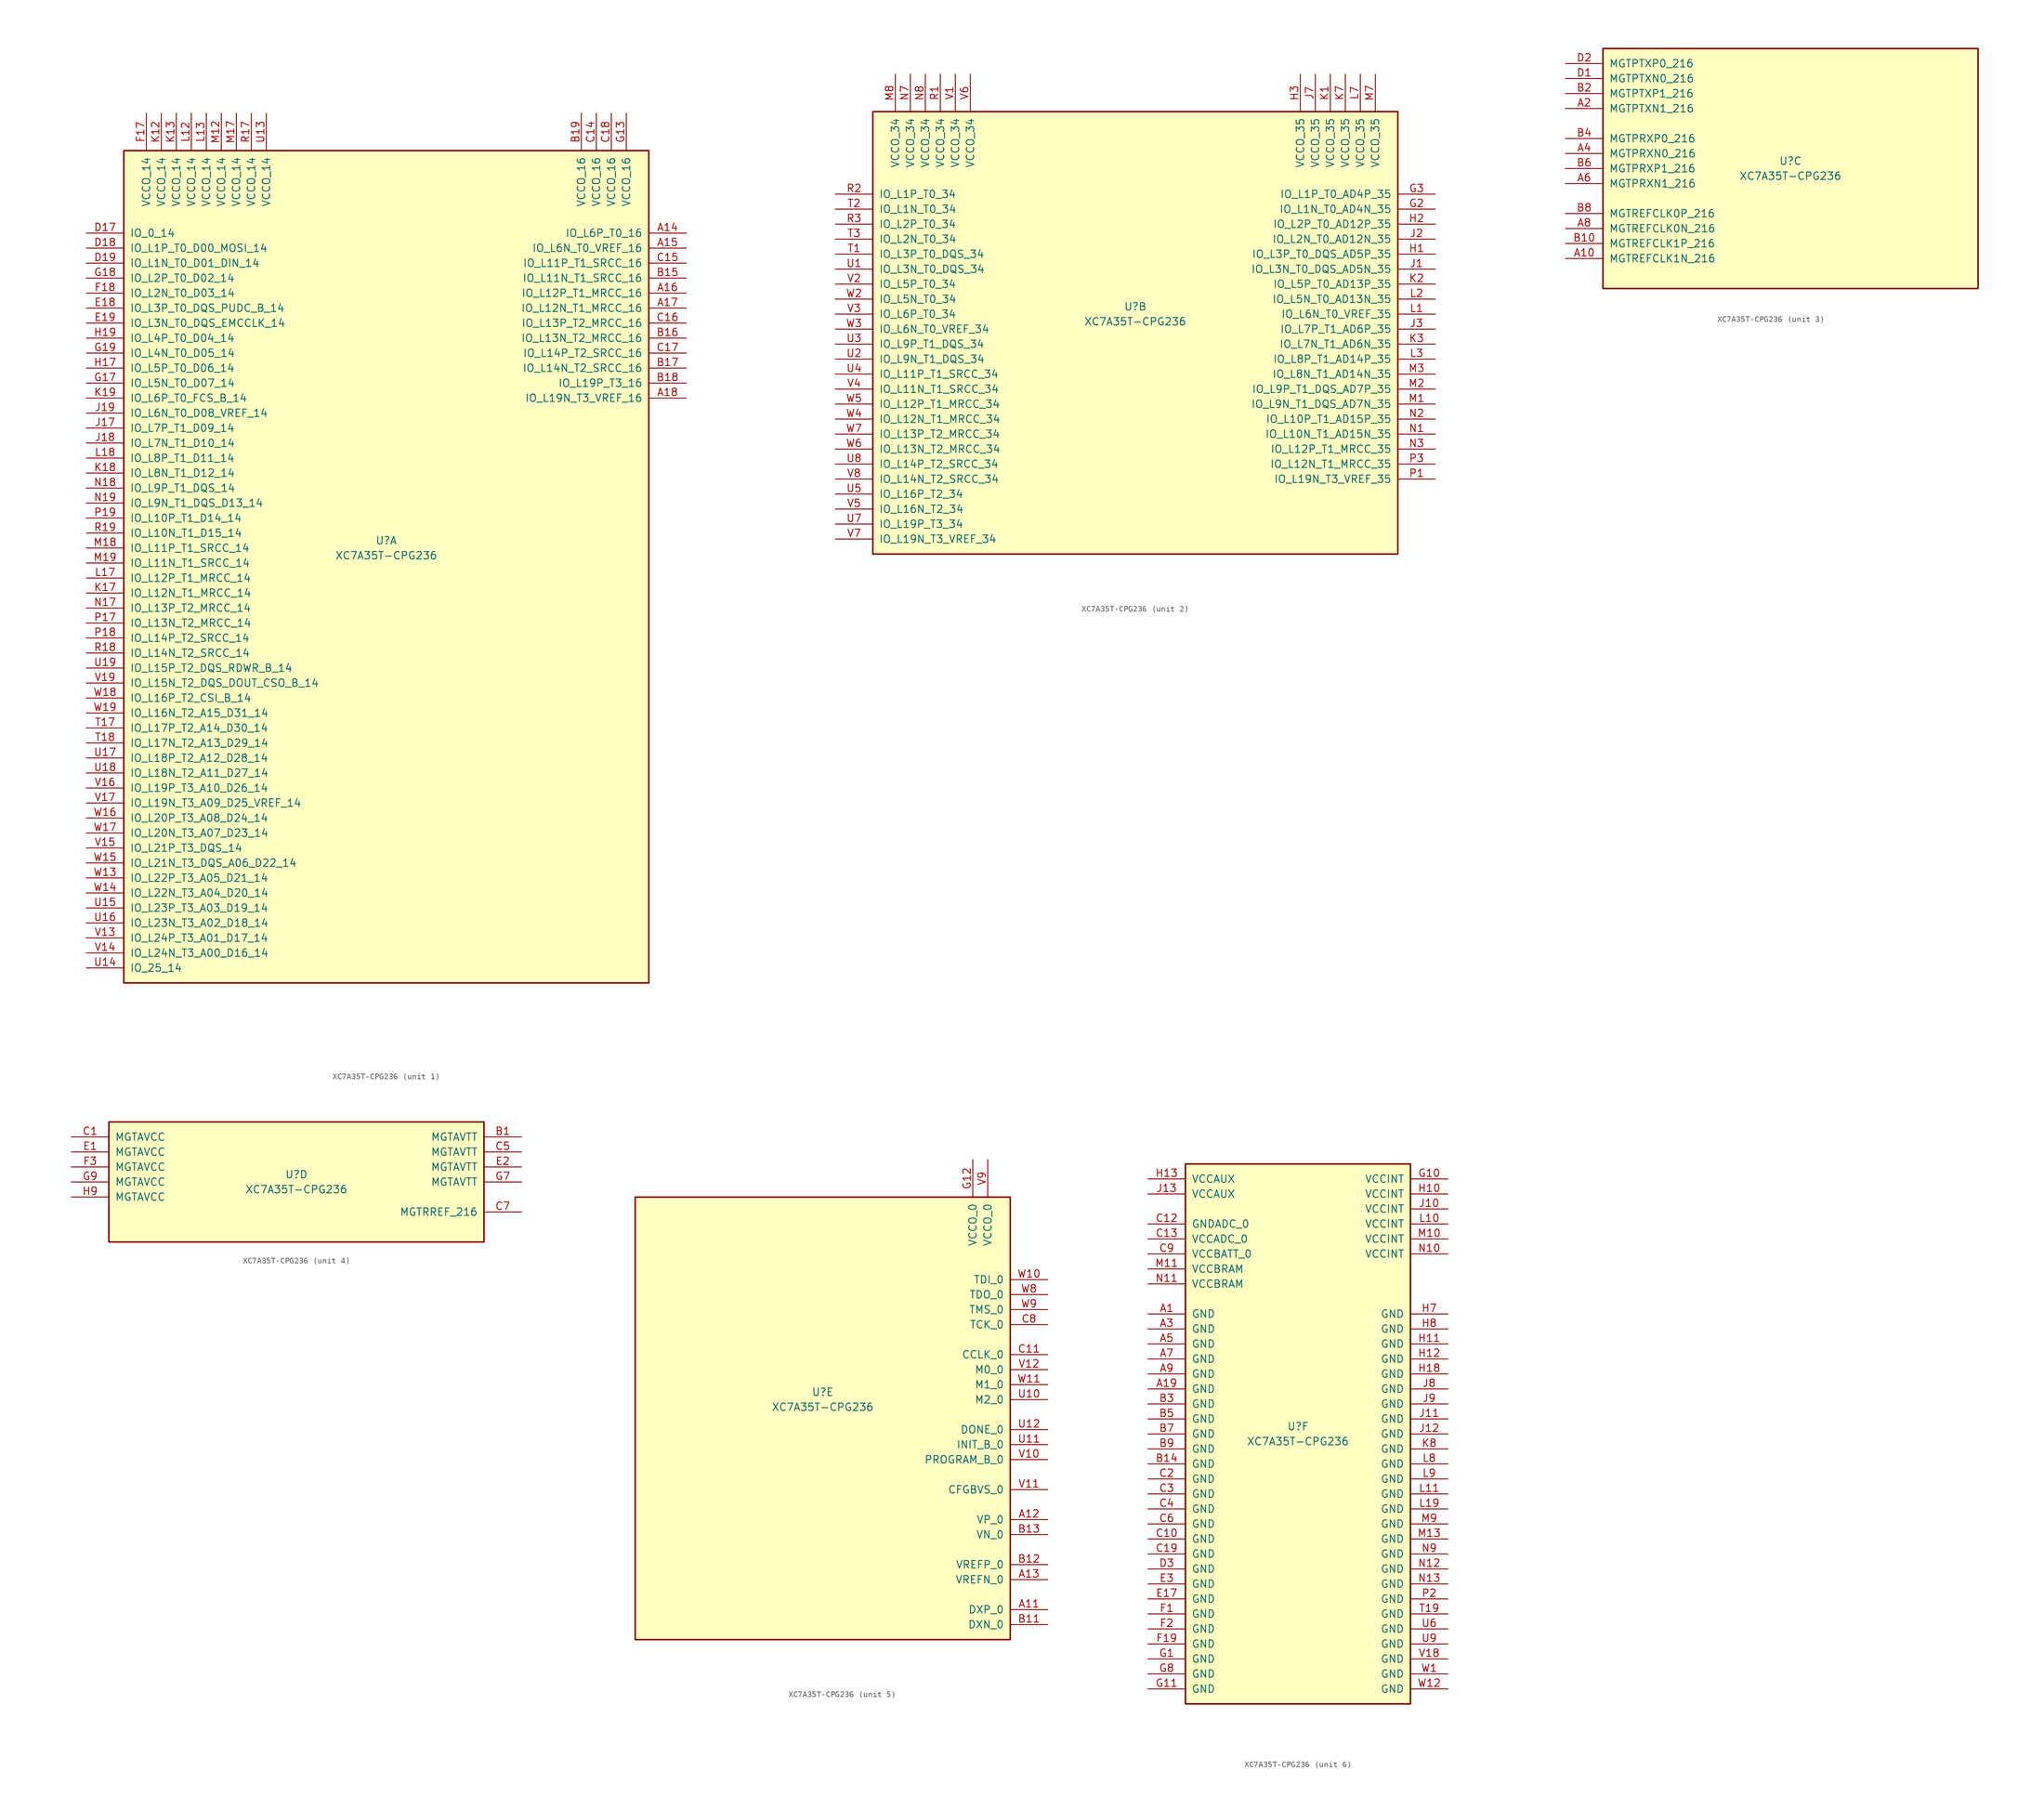
<source format=kicad_sym>
(kicad_symbol_lib
  (version 20211014)
  (generator kicad_symbol_editor)
  (symbol "XC7A35T-CPG236"
    (pin_names
      (offset 1.016))
    (property "Reference" "U"
      (at 0 1.27 0)
      (effects (font (size 1.27 1.27))))
    (property "Value" "XC7A35T-CPG236"
      (at 0 -1.27 0)
      (effects (font (size 1.27 1.27))))
    (property "Datasheet" ""
      (at 0 0 0)
      (effects (font (size 1.27 1.27))))
    (property "ki_locked" ""
      (at 0 0 0)
      (effects (font (size 1.27 1.27))))
    (symbol "XC7A35T-CPG236_1_1"
      (rectangle (start -44.45 67.31) (end 44.45 -73.66) (stroke (width 0.254) (type default) (color 0 0 0 0)) (fill (type background)))
      (pin bidirectional line (at 50.8 53.34 180) (length 6.35) (name "IO_L6P_T0_16" (effects (font (size 1.27 1.27)))) (number "A14" (effects (font (size 1.27 1.27)))))
      (pin bidirectional line (at 50.8 50.8 180) (length 6.35) (name "IO_L6N_T0_VREF_16" (effects (font (size 1.27 1.27)))) (number "A15" (effects (font (size 1.27 1.27)))))
      (pin bidirectional line (at 50.8 43.18 180) (length 6.35) (name "IO_L12P_T1_MRCC_16" (effects (font (size 1.27 1.27)))) (number "A16" (effects (font (size 1.27 1.27)))))
      (pin bidirectional line (at 50.8 40.64 180) (length 6.35) (name "IO_L12N_T1_MRCC_16" (effects (font (size 1.27 1.27)))) (number "A17" (effects (font (size 1.27 1.27)))))
      (pin bidirectional line (at 50.8 25.4 180) (length 6.35) (name "IO_L19N_T3_VREF_16" (effects (font (size 1.27 1.27)))) (number "A18" (effects (font (size 1.27 1.27)))))
      (pin bidirectional line (at 50.8 45.72 180) (length 6.35) (name "IO_L11N_T1_SRCC_16" (effects (font (size 1.27 1.27)))) (number "B15" (effects (font (size 1.27 1.27)))))
      (pin bidirectional line (at 50.8 35.56 180) (length 6.35) (name "IO_L13N_T2_MRCC_16" (effects (font (size 1.27 1.27)))) (number "B16" (effects (font (size 1.27 1.27)))))
      (pin bidirectional line (at 50.8 30.48 180) (length 6.35) (name "IO_L14N_T2_SRCC_16" (effects (font (size 1.27 1.27)))) (number "B17" (effects (font (size 1.27 1.27)))))
      (pin bidirectional line (at 50.8 27.94 180) (length 6.35) (name "IO_L19P_T3_16" (effects (font (size 1.27 1.27)))) (number "B18" (effects (font (size 1.27 1.27)))))
      (pin power_in line (at 33.02 73.66 270) (length 6.35) (name "VCCO_16" (effects (font (size 1.27 1.27)))) (number "B19" (effects (font (size 1.27 1.27)))))
      (pin power_in line (at 35.56 73.66 270) (length 6.35) (name "VCCO_16" (effects (font (size 1.27 1.27)))) (number "C14" (effects (font (size 1.27 1.27)))))
      (pin bidirectional line (at 50.8 48.26 180) (length 6.35) (name "IO_L11P_T1_SRCC_16" (effects (font (size 1.27 1.27)))) (number "C15" (effects (font (size 1.27 1.27)))))
      (pin bidirectional line (at 50.8 38.1 180) (length 6.35) (name "IO_L13P_T2_MRCC_16" (effects (font (size 1.27 1.27)))) (number "C16" (effects (font (size 1.27 1.27)))))
      (pin bidirectional line (at 50.8 33.02 180) (length 6.35) (name "IO_L14P_T2_SRCC_16" (effects (font (size 1.27 1.27)))) (number "C17" (effects (font (size 1.27 1.27)))))
      (pin power_in line (at 38.1 73.66 270) (length 6.35) (name "VCCO_16" (effects (font (size 1.27 1.27)))) (number "C18" (effects (font (size 1.27 1.27)))))
      (pin bidirectional line (at -50.8 53.34 0) (length 6.35) (name "IO_0_14" (effects (font (size 1.27 1.27)))) (number "D17" (effects (font (size 1.27 1.27)))))
      (pin bidirectional line (at -50.8 50.8 0) (length 6.35) (name "IO_L1P_T0_D00_MOSI_14" (effects (font (size 1.27 1.27)))) (number "D18" (effects (font (size 1.27 1.27)))))
      (pin bidirectional line (at -50.8 48.26 0) (length 6.35) (name "IO_L1N_T0_D01_DIN_14" (effects (font (size 1.27 1.27)))) (number "D19" (effects (font (size 1.27 1.27)))))
      (pin bidirectional line (at -50.8 40.64 0) (length 6.35) (name "IO_L3P_T0_DQS_PUDC_B_14" (effects (font (size 1.27 1.27)))) (number "E18" (effects (font (size 1.27 1.27)))))
      (pin bidirectional line (at -50.8 38.1 0) (length 6.35) (name "IO_L3N_T0_DQS_EMCCLK_14" (effects (font (size 1.27 1.27)))) (number "E19" (effects (font (size 1.27 1.27)))))
      (pin power_in line (at -40.64 73.66 270) (length 6.35) (name "VCCO_14" (effects (font (size 1.27 1.27)))) (number "F17" (effects (font (size 1.27 1.27)))))
      (pin bidirectional line (at -50.8 43.18 0) (length 6.35) (name "IO_L2N_T0_D03_14" (effects (font (size 1.27 1.27)))) (number "F18" (effects (font (size 1.27 1.27)))))
      (pin power_in line (at 40.64 73.66 270) (length 6.35) (name "VCCO_16" (effects (font (size 1.27 1.27)))) (number "G13" (effects (font (size 1.27 1.27)))))
      (pin bidirectional line (at -50.8 27.94 0) (length 6.35) (name "IO_L5N_T0_D07_14" (effects (font (size 1.27 1.27)))) (number "G17" (effects (font (size 1.27 1.27)))))
      (pin bidirectional line (at -50.8 45.72 0) (length 6.35) (name "IO_L2P_T0_D02_14" (effects (font (size 1.27 1.27)))) (number "G18" (effects (font (size 1.27 1.27)))))
      (pin bidirectional line (at -50.8 33.02 0) (length 6.35) (name "IO_L4N_T0_D05_14" (effects (font (size 1.27 1.27)))) (number "G19" (effects (font (size 1.27 1.27)))))
      (pin bidirectional line (at -50.8 30.48 0) (length 6.35) (name "IO_L5P_T0_D06_14" (effects (font (size 1.27 1.27)))) (number "H17" (effects (font (size 1.27 1.27)))))
      (pin bidirectional line (at -50.8 35.56 0) (length 6.35) (name "IO_L4P_T0_D04_14" (effects (font (size 1.27 1.27)))) (number "H19" (effects (font (size 1.27 1.27)))))
      (pin bidirectional line (at -50.8 20.32 0) (length 6.35) (name "IO_L7P_T1_D09_14" (effects (font (size 1.27 1.27)))) (number "J17" (effects (font (size 1.27 1.27)))))
      (pin bidirectional line (at -50.8 17.78 0) (length 6.35) (name "IO_L7N_T1_D10_14" (effects (font (size 1.27 1.27)))) (number "J18" (effects (font (size 1.27 1.27)))))
      (pin bidirectional line (at -50.8 22.86 0) (length 6.35) (name "IO_L6N_T0_D08_VREF_14" (effects (font (size 1.27 1.27)))) (number "J19" (effects (font (size 1.27 1.27)))))
      (pin power_in line (at -38.1 73.66 270) (length 6.35) (name "VCCO_14" (effects (font (size 1.27 1.27)))) (number "K12" (effects (font (size 1.27 1.27)))))
      (pin power_in line (at -35.56 73.66 270) (length 6.35) (name "VCCO_14" (effects (font (size 1.27 1.27)))) (number "K13" (effects (font (size 1.27 1.27)))))
      (pin bidirectional line (at -50.8 -7.62 0) (length 6.35) (name "IO_L12N_T1_MRCC_14" (effects (font (size 1.27 1.27)))) (number "K17" (effects (font (size 1.27 1.27)))))
      (pin bidirectional line (at -50.8 12.7 0) (length 6.35) (name "IO_L8N_T1_D12_14" (effects (font (size 1.27 1.27)))) (number "K18" (effects (font (size 1.27 1.27)))))
      (pin bidirectional line (at -50.8 25.4 0) (length 6.35) (name "IO_L6P_T0_FCS_B_14" (effects (font (size 1.27 1.27)))) (number "K19" (effects (font (size 1.27 1.27)))))
      (pin power_in line (at -33.02 73.66 270) (length 6.35) (name "VCCO_14" (effects (font (size 1.27 1.27)))) (number "L12" (effects (font (size 1.27 1.27)))))
      (pin power_in line (at -30.48 73.66 270) (length 6.35) (name "VCCO_14" (effects (font (size 1.27 1.27)))) (number "L13" (effects (font (size 1.27 1.27)))))
      (pin bidirectional line (at -50.8 -5.08 0) (length 6.35) (name "IO_L12P_T1_MRCC_14" (effects (font (size 1.27 1.27)))) (number "L17" (effects (font (size 1.27 1.27)))))
      (pin bidirectional line (at -50.8 15.24 0) (length 6.35) (name "IO_L8P_T1_D11_14" (effects (font (size 1.27 1.27)))) (number "L18" (effects (font (size 1.27 1.27)))))
      (pin power_in line (at -27.94 73.66 270) (length 6.35) (name "VCCO_14" (effects (font (size 1.27 1.27)))) (number "M12" (effects (font (size 1.27 1.27)))))
      (pin power_in line (at -25.4 73.66 270) (length 6.35) (name "VCCO_14" (effects (font (size 1.27 1.27)))) (number "M17" (effects (font (size 1.27 1.27)))))
      (pin bidirectional line (at -50.8 0 0) (length 6.35) (name "IO_L11P_T1_SRCC_14" (effects (font (size 1.27 1.27)))) (number "M18" (effects (font (size 1.27 1.27)))))
      (pin bidirectional line (at -50.8 -2.54 0) (length 6.35) (name "IO_L11N_T1_SRCC_14" (effects (font (size 1.27 1.27)))) (number "M19" (effects (font (size 1.27 1.27)))))
      (pin bidirectional line (at -50.8 -10.16 0) (length 6.35) (name "IO_L13P_T2_MRCC_14" (effects (font (size 1.27 1.27)))) (number "N17" (effects (font (size 1.27 1.27)))))
      (pin bidirectional line (at -50.8 10.16 0) (length 6.35) (name "IO_L9P_T1_DQS_14" (effects (font (size 1.27 1.27)))) (number "N18" (effects (font (size 1.27 1.27)))))
      (pin bidirectional line (at -50.8 7.62 0) (length 6.35) (name "IO_L9N_T1_DQS_D13_14" (effects (font (size 1.27 1.27)))) (number "N19" (effects (font (size 1.27 1.27)))))
      (pin bidirectional line (at -50.8 -12.7 0) (length 6.35) (name "IO_L13N_T2_MRCC_14" (effects (font (size 1.27 1.27)))) (number "P17" (effects (font (size 1.27 1.27)))))
      (pin bidirectional line (at -50.8 -15.24 0) (length 6.35) (name "IO_L14P_T2_SRCC_14" (effects (font (size 1.27 1.27)))) (number "P18" (effects (font (size 1.27 1.27)))))
      (pin bidirectional line (at -50.8 5.08 0) (length 6.35) (name "IO_L10P_T1_D14_14" (effects (font (size 1.27 1.27)))) (number "P19" (effects (font (size 1.27 1.27)))))
      (pin power_in line (at -22.86 73.66 270) (length 6.35) (name "VCCO_14" (effects (font (size 1.27 1.27)))) (number "R17" (effects (font (size 1.27 1.27)))))
      (pin bidirectional line (at -50.8 -17.78 0) (length 6.35) (name "IO_L14N_T2_SRCC_14" (effects (font (size 1.27 1.27)))) (number "R18" (effects (font (size 1.27 1.27)))))
      (pin bidirectional line (at -50.8 2.54 0) (length 6.35) (name "IO_L10N_T1_D15_14" (effects (font (size 1.27 1.27)))) (number "R19" (effects (font (size 1.27 1.27)))))
      (pin bidirectional line (at -50.8 -30.48 0) (length 6.35) (name "IO_L17P_T2_A14_D30_14" (effects (font (size 1.27 1.27)))) (number "T17" (effects (font (size 1.27 1.27)))))
      (pin bidirectional line (at -50.8 -33.02 0) (length 6.35) (name "IO_L17N_T2_A13_D29_14" (effects (font (size 1.27 1.27)))) (number "T18" (effects (font (size 1.27 1.27)))))
      (pin power_in line (at -20.32 73.66 270) (length 6.35) (name "VCCO_14" (effects (font (size 1.27 1.27)))) (number "U13" (effects (font (size 1.27 1.27)))))
      (pin bidirectional line (at -50.8 -71.12 0) (length 6.35) (name "IO_25_14" (effects (font (size 1.27 1.27)))) (number "U14" (effects (font (size 1.27 1.27)))))
      (pin bidirectional line (at -50.8 -60.96 0) (length 6.35) (name "IO_L23P_T3_A03_D19_14" (effects (font (size 1.27 1.27)))) (number "U15" (effects (font (size 1.27 1.27)))))
      (pin bidirectional line (at -50.8 -63.5 0) (length 6.35) (name "IO_L23N_T3_A02_D18_14" (effects (font (size 1.27 1.27)))) (number "U16" (effects (font (size 1.27 1.27)))))
      (pin bidirectional line (at -50.8 -35.56 0) (length 6.35) (name "IO_L18P_T2_A12_D28_14" (effects (font (size 1.27 1.27)))) (number "U17" (effects (font (size 1.27 1.27)))))
      (pin bidirectional line (at -50.8 -38.1 0) (length 6.35) (name "IO_L18N_T2_A11_D27_14" (effects (font (size 1.27 1.27)))) (number "U18" (effects (font (size 1.27 1.27)))))
      (pin bidirectional line (at -50.8 -20.32 0) (length 6.35) (name "IO_L15P_T2_DQS_RDWR_B_14" (effects (font (size 1.27 1.27)))) (number "U19" (effects (font (size 1.27 1.27)))))
      (pin bidirectional line (at -50.8 -66.04 0) (length 6.35) (name "IO_L24P_T3_A01_D17_14" (effects (font (size 1.27 1.27)))) (number "V13" (effects (font (size 1.27 1.27)))))
      (pin bidirectional line (at -50.8 -68.58 0) (length 6.35) (name "IO_L24N_T3_A00_D16_14" (effects (font (size 1.27 1.27)))) (number "V14" (effects (font (size 1.27 1.27)))))
      (pin bidirectional line (at -50.8 -50.8 0) (length 6.35) (name "IO_L21P_T3_DQS_14" (effects (font (size 1.27 1.27)))) (number "V15" (effects (font (size 1.27 1.27)))))
      (pin bidirectional line (at -50.8 -40.64 0) (length 6.35) (name "IO_L19P_T3_A10_D26_14" (effects (font (size 1.27 1.27)))) (number "V16" (effects (font (size 1.27 1.27)))))
      (pin bidirectional line (at -50.8 -43.18 0) (length 6.35) (name "IO_L19N_T3_A09_D25_VREF_14" (effects (font (size 1.27 1.27)))) (number "V17" (effects (font (size 1.27 1.27)))))
      (pin bidirectional line (at -50.8 -22.86 0) (length 6.35) (name "IO_L15N_T2_DQS_DOUT_CSO_B_14" (effects (font (size 1.27 1.27)))) (number "V19" (effects (font (size 1.27 1.27)))))
      (pin bidirectional line (at -50.8 -55.88 0) (length 6.35) (name "IO_L22P_T3_A05_D21_14" (effects (font (size 1.27 1.27)))) (number "W13" (effects (font (size 1.27 1.27)))))
      (pin bidirectional line (at -50.8 -58.42 0) (length 6.35) (name "IO_L22N_T3_A04_D20_14" (effects (font (size 1.27 1.27)))) (number "W14" (effects (font (size 1.27 1.27)))))
      (pin bidirectional line (at -50.8 -53.34 0) (length 6.35) (name "IO_L21N_T3_DQS_A06_D22_14" (effects (font (size 1.27 1.27)))) (number "W15" (effects (font (size 1.27 1.27)))))
      (pin bidirectional line (at -50.8 -45.72 0) (length 6.35) (name "IO_L20P_T3_A08_D24_14" (effects (font (size 1.27 1.27)))) (number "W16" (effects (font (size 1.27 1.27)))))
      (pin bidirectional line (at -50.8 -48.26 0) (length 6.35) (name "IO_L20N_T3_A07_D23_14" (effects (font (size 1.27 1.27)))) (number "W17" (effects (font (size 1.27 1.27)))))
      (pin bidirectional line (at -50.8 -25.4 0) (length 6.35) (name "IO_L16P_T2_CSI_B_14" (effects (font (size 1.27 1.27)))) (number "W18" (effects (font (size 1.27 1.27)))))
      (pin bidirectional line (at -50.8 -27.94 0) (length 6.35) (name "IO_L16N_T2_A15_D31_14" (effects (font (size 1.27 1.27)))) (number "W19" (effects (font (size 1.27 1.27))))))
    (symbol "XC7A35T-CPG236_2_1"
      (rectangle (start -44.45 34.29) (end 44.45 -40.64) (stroke (width 0.254) (type default) (color 0 0 0 0)) (fill (type background)))
      (pin bidirectional line (at 50.8 17.78 180) (length 6.35) (name "IO_L1N_T0_AD4N_35" (effects (font (size 1.27 1.27)))) (number "G2" (effects (font (size 1.27 1.27)))))
      (pin bidirectional line (at 50.8 20.32 180) (length 6.35) (name "IO_L1P_T0_AD4P_35" (effects (font (size 1.27 1.27)))) (number "G3" (effects (font (size 1.27 1.27)))))
      (pin bidirectional line (at 50.8 10.16 180) (length 6.35) (name "IO_L3P_T0_DQS_AD5P_35" (effects (font (size 1.27 1.27)))) (number "H1" (effects (font (size 1.27 1.27)))))
      (pin bidirectional line (at 50.8 15.24 180) (length 6.35) (name "IO_L2P_T0_AD12P_35" (effects (font (size 1.27 1.27)))) (number "H2" (effects (font (size 1.27 1.27)))))
      (pin power_in line (at 27.94 40.64 270) (length 6.35) (name "VCCO_35" (effects (font (size 1.27 1.27)))) (number "H3" (effects (font (size 1.27 1.27)))))
      (pin bidirectional line (at 50.8 7.62 180) (length 6.35) (name "IO_L3N_T0_DQS_AD5N_35" (effects (font (size 1.27 1.27)))) (number "J1" (effects (font (size 1.27 1.27)))))
      (pin bidirectional line (at 50.8 12.7 180) (length 6.35) (name "IO_L2N_T0_AD12N_35" (effects (font (size 1.27 1.27)))) (number "J2" (effects (font (size 1.27 1.27)))))
      (pin bidirectional line (at 50.8 -2.54 180) (length 6.35) (name "IO_L7P_T1_AD6P_35" (effects (font (size 1.27 1.27)))) (number "J3" (effects (font (size 1.27 1.27)))))
      (pin power_in line (at 30.48 40.64 270) (length 6.35) (name "VCCO_35" (effects (font (size 1.27 1.27)))) (number "J7" (effects (font (size 1.27 1.27)))))
      (pin power_in line (at 33.02 40.64 270) (length 6.35) (name "VCCO_35" (effects (font (size 1.27 1.27)))) (number "K1" (effects (font (size 1.27 1.27)))))
      (pin bidirectional line (at 50.8 5.08 180) (length 6.35) (name "IO_L5P_T0_AD13P_35" (effects (font (size 1.27 1.27)))) (number "K2" (effects (font (size 1.27 1.27)))))
      (pin bidirectional line (at 50.8 -5.08 180) (length 6.35) (name "IO_L7N_T1_AD6N_35" (effects (font (size 1.27 1.27)))) (number "K3" (effects (font (size 1.27 1.27)))))
      (pin power_in line (at 35.56 40.64 270) (length 6.35) (name "VCCO_35" (effects (font (size 1.27 1.27)))) (number "K7" (effects (font (size 1.27 1.27)))))
      (pin bidirectional line (at 50.8 0 180) (length 6.35) (name "IO_L6N_T0_VREF_35" (effects (font (size 1.27 1.27)))) (number "L1" (effects (font (size 1.27 1.27)))))
      (pin bidirectional line (at 50.8 2.54 180) (length 6.35) (name "IO_L5N_T0_AD13N_35" (effects (font (size 1.27 1.27)))) (number "L2" (effects (font (size 1.27 1.27)))))
      (pin bidirectional line (at 50.8 -7.62 180) (length 6.35) (name "IO_L8P_T1_AD14P_35" (effects (font (size 1.27 1.27)))) (number "L3" (effects (font (size 1.27 1.27)))))
      (pin power_in line (at 38.1 40.64 270) (length 6.35) (name "VCCO_35" (effects (font (size 1.27 1.27)))) (number "L7" (effects (font (size 1.27 1.27)))))
      (pin bidirectional line (at 50.8 -15.24 180) (length 6.35) (name "IO_L9N_T1_DQS_AD7N_35" (effects (font (size 1.27 1.27)))) (number "M1" (effects (font (size 1.27 1.27)))))
      (pin bidirectional line (at 50.8 -12.7 180) (length 6.35) (name "IO_L9P_T1_DQS_AD7P_35" (effects (font (size 1.27 1.27)))) (number "M2" (effects (font (size 1.27 1.27)))))
      (pin bidirectional line (at 50.8 -10.16 180) (length 6.35) (name "IO_L8N_T1_AD14N_35" (effects (font (size 1.27 1.27)))) (number "M3" (effects (font (size 1.27 1.27)))))
      (pin power_in line (at 40.64 40.64 270) (length 6.35) (name "VCCO_35" (effects (font (size 1.27 1.27)))) (number "M7" (effects (font (size 1.27 1.27)))))
      (pin power_in line (at -40.64 40.64 270) (length 6.35) (name "VCCO_34" (effects (font (size 1.27 1.27)))) (number "M8" (effects (font (size 1.27 1.27)))))
      (pin bidirectional line (at 50.8 -20.32 180) (length 6.35) (name "IO_L10N_T1_AD15N_35" (effects (font (size 1.27 1.27)))) (number "N1" (effects (font (size 1.27 1.27)))))
      (pin bidirectional line (at 50.8 -17.78 180) (length 6.35) (name "IO_L10P_T1_AD15P_35" (effects (font (size 1.27 1.27)))) (number "N2" (effects (font (size 1.27 1.27)))))
      (pin bidirectional line (at 50.8 -22.86 180) (length 6.35) (name "IO_L12P_T1_MRCC_35" (effects (font (size 1.27 1.27)))) (number "N3" (effects (font (size 1.27 1.27)))))
      (pin power_in line (at -38.1 40.64 270) (length 6.35) (name "VCCO_34" (effects (font (size 1.27 1.27)))) (number "N7" (effects (font (size 1.27 1.27)))))
      (pin power_in line (at -35.56 40.64 270) (length 6.35) (name "VCCO_34" (effects (font (size 1.27 1.27)))) (number "N8" (effects (font (size 1.27 1.27)))))
      (pin bidirectional line (at 50.8 -27.94 180) (length 6.35) (name "IO_L19N_T3_VREF_35" (effects (font (size 1.27 1.27)))) (number "P1" (effects (font (size 1.27 1.27)))))
      (pin bidirectional line (at 50.8 -25.4 180) (length 6.35) (name "IO_L12N_T1_MRCC_35" (effects (font (size 1.27 1.27)))) (number "P3" (effects (font (size 1.27 1.27)))))
      (pin power_in line (at -33.02 40.64 270) (length 6.35) (name "VCCO_34" (effects (font (size 1.27 1.27)))) (number "R1" (effects (font (size 1.27 1.27)))))
      (pin bidirectional line (at -50.8 20.32 0) (length 6.35) (name "IO_L1P_T0_34" (effects (font (size 1.27 1.27)))) (number "R2" (effects (font (size 1.27 1.27)))))
      (pin bidirectional line (at -50.8 15.24 0) (length 6.35) (name "IO_L2P_T0_34" (effects (font (size 1.27 1.27)))) (number "R3" (effects (font (size 1.27 1.27)))))
      (pin bidirectional line (at -50.8 10.16 0) (length 6.35) (name "IO_L3P_T0_DQS_34" (effects (font (size 1.27 1.27)))) (number "T1" (effects (font (size 1.27 1.27)))))
      (pin bidirectional line (at -50.8 17.78 0) (length 6.35) (name "IO_L1N_T0_34" (effects (font (size 1.27 1.27)))) (number "T2" (effects (font (size 1.27 1.27)))))
      (pin bidirectional line (at -50.8 12.7 0) (length 6.35) (name "IO_L2N_T0_34" (effects (font (size 1.27 1.27)))) (number "T3" (effects (font (size 1.27 1.27)))))
      (pin bidirectional line (at -50.8 7.62 0) (length 6.35) (name "IO_L3N_T0_DQS_34" (effects (font (size 1.27 1.27)))) (number "U1" (effects (font (size 1.27 1.27)))))
      (pin bidirectional line (at -50.8 -7.62 0) (length 6.35) (name "IO_L9N_T1_DQS_34" (effects (font (size 1.27 1.27)))) (number "U2" (effects (font (size 1.27 1.27)))))
      (pin bidirectional line (at -50.8 -5.08 0) (length 6.35) (name "IO_L9P_T1_DQS_34" (effects (font (size 1.27 1.27)))) (number "U3" (effects (font (size 1.27 1.27)))))
      (pin bidirectional line (at -50.8 -10.16 0) (length 6.35) (name "IO_L11P_T1_SRCC_34" (effects (font (size 1.27 1.27)))) (number "U4" (effects (font (size 1.27 1.27)))))
      (pin bidirectional line (at -50.8 -30.48 0) (length 6.35) (name "IO_L16P_T2_34" (effects (font (size 1.27 1.27)))) (number "U5" (effects (font (size 1.27 1.27)))))
      (pin bidirectional line (at -50.8 -35.56 0) (length 6.35) (name "IO_L19P_T3_34" (effects (font (size 1.27 1.27)))) (number "U7" (effects (font (size 1.27 1.27)))))
      (pin bidirectional line (at -50.8 -25.4 0) (length 6.35) (name "IO_L14P_T2_SRCC_34" (effects (font (size 1.27 1.27)))) (number "U8" (effects (font (size 1.27 1.27)))))
      (pin power_in line (at -30.48 40.64 270) (length 6.35) (name "VCCO_34" (effects (font (size 1.27 1.27)))) (number "V1" (effects (font (size 1.27 1.27)))))
      (pin bidirectional line (at -50.8 5.08 0) (length 6.35) (name "IO_L5P_T0_34" (effects (font (size 1.27 1.27)))) (number "V2" (effects (font (size 1.27 1.27)))))
      (pin bidirectional line (at -50.8 0 0) (length 6.35) (name "IO_L6P_T0_34" (effects (font (size 1.27 1.27)))) (number "V3" (effects (font (size 1.27 1.27)))))
      (pin bidirectional line (at -50.8 -12.7 0) (length 6.35) (name "IO_L11N_T1_SRCC_34" (effects (font (size 1.27 1.27)))) (number "V4" (effects (font (size 1.27 1.27)))))
      (pin bidirectional line (at -50.8 -33.02 0) (length 6.35) (name "IO_L16N_T2_34" (effects (font (size 1.27 1.27)))) (number "V5" (effects (font (size 1.27 1.27)))))
      (pin power_in line (at -27.94 40.64 270) (length 6.35) (name "VCCO_34" (effects (font (size 1.27 1.27)))) (number "V6" (effects (font (size 1.27 1.27)))))
      (pin bidirectional line (at -50.8 -38.1 0) (length 6.35) (name "IO_L19N_T3_VREF_34" (effects (font (size 1.27 1.27)))) (number "V7" (effects (font (size 1.27 1.27)))))
      (pin bidirectional line (at -50.8 -27.94 0) (length 6.35) (name "IO_L14N_T2_SRCC_34" (effects (font (size 1.27 1.27)))) (number "V8" (effects (font (size 1.27 1.27)))))
      (pin bidirectional line (at -50.8 2.54 0) (length 6.35) (name "IO_L5N_T0_34" (effects (font (size 1.27 1.27)))) (number "W2" (effects (font (size 1.27 1.27)))))
      (pin bidirectional line (at -50.8 -2.54 0) (length 6.35) (name "IO_L6N_T0_VREF_34" (effects (font (size 1.27 1.27)))) (number "W3" (effects (font (size 1.27 1.27)))))
      (pin bidirectional line (at -50.8 -17.78 0) (length 6.35) (name "IO_L12N_T1_MRCC_34" (effects (font (size 1.27 1.27)))) (number "W4" (effects (font (size 1.27 1.27)))))
      (pin bidirectional line (at -50.8 -15.24 0) (length 6.35) (name "IO_L12P_T1_MRCC_34" (effects (font (size 1.27 1.27)))) (number "W5" (effects (font (size 1.27 1.27)))))
      (pin bidirectional line (at -50.8 -22.86 0) (length 6.35) (name "IO_L13N_T2_MRCC_34" (effects (font (size 1.27 1.27)))) (number "W6" (effects (font (size 1.27 1.27)))))
      (pin bidirectional line (at -50.8 -20.32 0) (length 6.35) (name "IO_L13P_T2_MRCC_34" (effects (font (size 1.27 1.27)))) (number "W7" (effects (font (size 1.27 1.27))))))
    (symbol "XC7A35T-CPG236_3_1"
      (rectangle (start -31.75 20.32) (end 31.75 -20.32) (stroke (width 0.254) (type default) (color 0 0 0 0)) (fill (type background)))
      (pin bidirectional line (at -38.1 -15.24 0) (length 6.35) (name "MGTREFCLK1N_216" (effects (font (size 1.27 1.27)))) (number "A10" (effects (font (size 1.27 1.27)))))
      (pin bidirectional line (at -38.1 10.16 0) (length 6.35) (name "MGTPTXN1_216" (effects (font (size 1.27 1.27)))) (number "A2" (effects (font (size 1.27 1.27)))))
      (pin bidirectional line (at -38.1 2.54 0) (length 6.35) (name "MGTPRXN0_216" (effects (font (size 1.27 1.27)))) (number "A4" (effects (font (size 1.27 1.27)))))
      (pin bidirectional line (at -38.1 -2.54 0) (length 6.35) (name "MGTPRXN1_216" (effects (font (size 1.27 1.27)))) (number "A6" (effects (font (size 1.27 1.27)))))
      (pin bidirectional line (at -38.1 -10.16 0) (length 6.35) (name "MGTREFCLK0N_216" (effects (font (size 1.27 1.27)))) (number "A8" (effects (font (size 1.27 1.27)))))
      (pin bidirectional line (at -38.1 -12.7 0) (length 6.35) (name "MGTREFCLK1P_216" (effects (font (size 1.27 1.27)))) (number "B10" (effects (font (size 1.27 1.27)))))
      (pin bidirectional line (at -38.1 12.7 0) (length 6.35) (name "MGTPTXP1_216" (effects (font (size 1.27 1.27)))) (number "B2" (effects (font (size 1.27 1.27)))))
      (pin bidirectional line (at -38.1 5.08 0) (length 6.35) (name "MGTPRXP0_216" (effects (font (size 1.27 1.27)))) (number "B4" (effects (font (size 1.27 1.27)))))
      (pin bidirectional line (at -38.1 0 0) (length 6.35) (name "MGTPRXP1_216" (effects (font (size 1.27 1.27)))) (number "B6" (effects (font (size 1.27 1.27)))))
      (pin bidirectional line (at -38.1 -7.62 0) (length 6.35) (name "MGTREFCLK0P_216" (effects (font (size 1.27 1.27)))) (number "B8" (effects (font (size 1.27 1.27)))))
      (pin bidirectional line (at -38.1 15.24 0) (length 6.35) (name "MGTPTXN0_216" (effects (font (size 1.27 1.27)))) (number "D1" (effects (font (size 1.27 1.27)))))
      (pin bidirectional line (at -38.1 17.78 0) (length 6.35) (name "MGTPTXP0_216" (effects (font (size 1.27 1.27)))) (number "D2" (effects (font (size 1.27 1.27))))))
    (symbol "XC7A35T-CPG236_4_1"
      (rectangle (start -31.75 10.16) (end 31.75 -10.16) (stroke (width 0.254) (type default) (color 0 0 0 0)) (fill (type background)))
      (pin power_in line (at 38.1 7.62 180) (length 6.35) (name "MGTAVTT" (effects (font (size 1.27 1.27)))) (number "B1" (effects (font (size 1.27 1.27)))))
      (pin power_in line (at -38.1 7.62 0) (length 6.35) (name "MGTAVCC" (effects (font (size 1.27 1.27)))) (number "C1" (effects (font (size 1.27 1.27)))))
      (pin power_in line (at 38.1 5.08 180) (length 6.35) (name "MGTAVTT" (effects (font (size 1.27 1.27)))) (number "C5" (effects (font (size 1.27 1.27)))))
      (pin power_in line (at 38.1 -5.08 180) (length 6.35) (name "MGTRREF_216" (effects (font (size 1.27 1.27)))) (number "C7" (effects (font (size 1.27 1.27)))))
      (pin power_in line (at -38.1 5.08 0) (length 6.35) (name "MGTAVCC" (effects (font (size 1.27 1.27)))) (number "E1" (effects (font (size 1.27 1.27)))))
      (pin power_in line (at 38.1 2.54 180) (length 6.35) (name "MGTAVTT" (effects (font (size 1.27 1.27)))) (number "E2" (effects (font (size 1.27 1.27)))))
      (pin power_in line (at -38.1 2.54 0) (length 6.35) (name "MGTAVCC" (effects (font (size 1.27 1.27)))) (number "F3" (effects (font (size 1.27 1.27)))))
      (pin power_in line (at 38.1 0 180) (length 6.35) (name "MGTAVTT" (effects (font (size 1.27 1.27)))) (number "G7" (effects (font (size 1.27 1.27)))))
      (pin power_in line (at -38.1 0 0) (length 6.35) (name "MGTAVCC" (effects (font (size 1.27 1.27)))) (number "G9" (effects (font (size 1.27 1.27)))))
      (pin power_in line (at -38.1 -2.54 0) (length 6.35) (name "MGTAVCC" (effects (font (size 1.27 1.27)))) (number "H9" (effects (font (size 1.27 1.27))))))
    (symbol "XC7A35T-CPG236_5_1"
      (rectangle (start -31.75 34.29) (end 31.75 -40.64) (stroke (width 0.254) (type default) (color 0 0 0 0)) (fill (type background)))
      (pin bidirectional line (at 38.1 -35.56 180) (length 6.35) (name "DXP_0" (effects (font (size 1.27 1.27)))) (number "A11" (effects (font (size 1.27 1.27)))))
      (pin bidirectional line (at 38.1 -20.32 180) (length 6.35) (name "VP_0" (effects (font (size 1.27 1.27)))) (number "A12" (effects (font (size 1.27 1.27)))))
      (pin bidirectional line (at 38.1 -30.48 180) (length 6.35) (name "VREFN_0" (effects (font (size 1.27 1.27)))) (number "A13" (effects (font (size 1.27 1.27)))))
      (pin bidirectional line (at 38.1 -38.1 180) (length 6.35) (name "DXN_0" (effects (font (size 1.27 1.27)))) (number "B11" (effects (font (size 1.27 1.27)))))
      (pin bidirectional line (at 38.1 -27.94 180) (length 6.35) (name "VREFP_0" (effects (font (size 1.27 1.27)))) (number "B12" (effects (font (size 1.27 1.27)))))
      (pin bidirectional line (at 38.1 -22.86 180) (length 6.35) (name "VN_0" (effects (font (size 1.27 1.27)))) (number "B13" (effects (font (size 1.27 1.27)))))
      (pin bidirectional line (at 38.1 7.62 180) (length 6.35) (name "CCLK_0" (effects (font (size 1.27 1.27)))) (number "C11" (effects (font (size 1.27 1.27)))))
      (pin bidirectional line (at 38.1 12.7 180) (length 6.35) (name "TCK_0" (effects (font (size 1.27 1.27)))) (number "C8" (effects (font (size 1.27 1.27)))))
      (pin power_in line (at 25.4 40.64 270) (length 6.35) (name "VCCO_0" (effects (font (size 1.27 1.27)))) (number "G12" (effects (font (size 1.27 1.27)))))
      (pin bidirectional line (at 38.1 0 180) (length 6.35) (name "M2_0" (effects (font (size 1.27 1.27)))) (number "U10" (effects (font (size 1.27 1.27)))))
      (pin bidirectional line (at 38.1 -7.62 180) (length 6.35) (name "INIT_B_0" (effects (font (size 1.27 1.27)))) (number "U11" (effects (font (size 1.27 1.27)))))
      (pin bidirectional line (at 38.1 -5.08 180) (length 6.35) (name "DONE_0" (effects (font (size 1.27 1.27)))) (number "U12" (effects (font (size 1.27 1.27)))))
      (pin bidirectional line (at 38.1 -10.16 180) (length 6.35) (name "PROGRAM_B_0" (effects (font (size 1.27 1.27)))) (number "V10" (effects (font (size 1.27 1.27)))))
      (pin bidirectional line (at 38.1 -15.24 180) (length 6.35) (name "CFGBVS_0" (effects (font (size 1.27 1.27)))) (number "V11" (effects (font (size 1.27 1.27)))))
      (pin bidirectional line (at 38.1 5.08 180) (length 6.35) (name "M0_0" (effects (font (size 1.27 1.27)))) (number "V12" (effects (font (size 1.27 1.27)))))
      (pin power_in line (at 27.94 40.64 270) (length 6.35) (name "VCCO_0" (effects (font (size 1.27 1.27)))) (number "V9" (effects (font (size 1.27 1.27)))))
      (pin bidirectional line (at 38.1 20.32 180) (length 6.35) (name "TDI_0" (effects (font (size 1.27 1.27)))) (number "W10" (effects (font (size 1.27 1.27)))))
      (pin bidirectional line (at 38.1 2.54 180) (length 6.35) (name "M1_0" (effects (font (size 1.27 1.27)))) (number "W11" (effects (font (size 1.27 1.27)))))
      (pin bidirectional line (at 38.1 17.78 180) (length 6.35) (name "TDO_0" (effects (font (size 1.27 1.27)))) (number "W8" (effects (font (size 1.27 1.27)))))
      (pin bidirectional line (at 38.1 15.24 180) (length 6.35) (name "TMS_0" (effects (font (size 1.27 1.27)))) (number "W9" (effects (font (size 1.27 1.27))))))
    (symbol "XC7A35T-CPG236_6_1"
      (rectangle (start -19.05 45.72) (end 19.05 -45.72) (stroke (width 0.254) (type default) (color 0 0 0 0)) (fill (type background)))
      (pin power_in line (at -25.4 20.32 0) (length 6.35) (name "GND" (effects (font (size 1.27 1.27)))) (number "A1" (effects (font (size 1.27 1.27)))))
      (pin power_in line (at -25.4 7.62 0) (length 6.35) (name "GND" (effects (font (size 1.27 1.27)))) (number "A19" (effects (font (size 1.27 1.27)))))
      (pin power_in line (at -25.4 17.78 0) (length 6.35) (name "GND" (effects (font (size 1.27 1.27)))) (number "A3" (effects (font (size 1.27 1.27)))))
      (pin power_in line (at -25.4 15.24 0) (length 6.35) (name "GND" (effects (font (size 1.27 1.27)))) (number "A5" (effects (font (size 1.27 1.27)))))
      (pin power_in line (at -25.4 12.7 0) (length 6.35) (name "GND" (effects (font (size 1.27 1.27)))) (number "A7" (effects (font (size 1.27 1.27)))))
      (pin power_in line (at -25.4 10.16 0) (length 6.35) (name "GND" (effects (font (size 1.27 1.27)))) (number "A9" (effects (font (size 1.27 1.27)))))
      (pin power_in line (at -25.4 -5.08 0) (length 6.35) (name "GND" (effects (font (size 1.27 1.27)))) (number "B14" (effects (font (size 1.27 1.27)))))
      (pin power_in line (at -25.4 5.08 0) (length 6.35) (name "GND" (effects (font (size 1.27 1.27)))) (number "B3" (effects (font (size 1.27 1.27)))))
      (pin power_in line (at -25.4 2.54 0) (length 6.35) (name "GND" (effects (font (size 1.27 1.27)))) (number "B5" (effects (font (size 1.27 1.27)))))
      (pin power_in line (at -25.4 0 0) (length 6.35) (name "GND" (effects (font (size 1.27 1.27)))) (number "B7" (effects (font (size 1.27 1.27)))))
      (pin power_in line (at -25.4 -2.54 0) (length 6.35) (name "GND" (effects (font (size 1.27 1.27)))) (number "B9" (effects (font (size 1.27 1.27)))))
      (pin power_in line (at -25.4 -17.78 0) (length 6.35) (name "GND" (effects (font (size 1.27 1.27)))) (number "C10" (effects (font (size 1.27 1.27)))))
      (pin power_in line (at -25.4 35.56 0) (length 6.35) (name "GNDADC_0" (effects (font (size 1.27 1.27)))) (number "C12" (effects (font (size 1.27 1.27)))))
      (pin power_in line (at -25.4 33.02 0) (length 6.35) (name "VCCADC_0" (effects (font (size 1.27 1.27)))) (number "C13" (effects (font (size 1.27 1.27)))))
      (pin power_in line (at -25.4 -20.32 0) (length 6.35) (name "GND" (effects (font (size 1.27 1.27)))) (number "C19" (effects (font (size 1.27 1.27)))))
      (pin power_in line (at -25.4 -7.62 0) (length 6.35) (name "GND" (effects (font (size 1.27 1.27)))) (number "C2" (effects (font (size 1.27 1.27)))))
      (pin power_in line (at -25.4 -10.16 0) (length 6.35) (name "GND" (effects (font (size 1.27 1.27)))) (number "C3" (effects (font (size 1.27 1.27)))))
      (pin power_in line (at -25.4 -12.7 0) (length 6.35) (name "GND" (effects (font (size 1.27 1.27)))) (number "C4" (effects (font (size 1.27 1.27)))))
      (pin power_in line (at -25.4 -15.24 0) (length 6.35) (name "GND" (effects (font (size 1.27 1.27)))) (number "C6" (effects (font (size 1.27 1.27)))))
      (pin power_in line (at -25.4 30.48 0) (length 6.35) (name "VCCBATT_0" (effects (font (size 1.27 1.27)))) (number "C9" (effects (font (size 1.27 1.27)))))
      (pin power_in line (at -25.4 -22.86 0) (length 6.35) (name "GND" (effects (font (size 1.27 1.27)))) (number "D3" (effects (font (size 1.27 1.27)))))
      (pin power_in line (at -25.4 -27.94 0) (length 6.35) (name "GND" (effects (font (size 1.27 1.27)))) (number "E17" (effects (font (size 1.27 1.27)))))
      (pin power_in line (at -25.4 -25.4 0) (length 6.35) (name "GND" (effects (font (size 1.27 1.27)))) (number "E3" (effects (font (size 1.27 1.27)))))
      (pin power_in line (at -25.4 -30.48 0) (length 6.35) (name "GND" (effects (font (size 1.27 1.27)))) (number "F1" (effects (font (size 1.27 1.27)))))
      (pin power_in line (at -25.4 -35.56 0) (length 6.35) (name "GND" (effects (font (size 1.27 1.27)))) (number "F19" (effects (font (size 1.27 1.27)))))
      (pin power_in line (at -25.4 -33.02 0) (length 6.35) (name "GND" (effects (font (size 1.27 1.27)))) (number "F2" (effects (font (size 1.27 1.27)))))
      (pin power_in line (at -25.4 -38.1 0) (length 6.35) (name "GND" (effects (font (size 1.27 1.27)))) (number "G1" (effects (font (size 1.27 1.27)))))
      (pin power_in line (at 25.4 43.18 180) (length 6.35) (name "VCCINT" (effects (font (size 1.27 1.27)))) (number "G10" (effects (font (size 1.27 1.27)))))
      (pin power_in line (at -25.4 -43.18 0) (length 6.35) (name "GND" (effects (font (size 1.27 1.27)))) (number "G11" (effects (font (size 1.27 1.27)))))
      (pin power_in line (at -25.4 -40.64 0) (length 6.35) (name "GND" (effects (font (size 1.27 1.27)))) (number "G8" (effects (font (size 1.27 1.27)))))
      (pin power_in line (at 25.4 40.64 180) (length 6.35) (name "VCCINT" (effects (font (size 1.27 1.27)))) (number "H10" (effects (font (size 1.27 1.27)))))
      (pin power_in line (at 25.4 15.24 180) (length 6.35) (name "GND" (effects (font (size 1.27 1.27)))) (number "H11" (effects (font (size 1.27 1.27)))))
      (pin power_in line (at 25.4 12.7 180) (length 6.35) (name "GND" (effects (font (size 1.27 1.27)))) (number "H12" (effects (font (size 1.27 1.27)))))
      (pin power_in line (at -25.4 43.18 0) (length 6.35) (name "VCCAUX" (effects (font (size 1.27 1.27)))) (number "H13" (effects (font (size 1.27 1.27)))))
      (pin power_in line (at 25.4 10.16 180) (length 6.35) (name "GND" (effects (font (size 1.27 1.27)))) (number "H18" (effects (font (size 1.27 1.27)))))
      (pin power_in line (at 25.4 20.32 180) (length 6.35) (name "GND" (effects (font (size 1.27 1.27)))) (number "H7" (effects (font (size 1.27 1.27)))))
      (pin power_in line (at 25.4 17.78 180) (length 6.35) (name "GND" (effects (font (size 1.27 1.27)))) (number "H8" (effects (font (size 1.27 1.27)))))
      (pin power_in line (at 25.4 38.1 180) (length 6.35) (name "VCCINT" (effects (font (size 1.27 1.27)))) (number "J10" (effects (font (size 1.27 1.27)))))
      (pin power_in line (at 25.4 2.54 180) (length 6.35) (name "GND" (effects (font (size 1.27 1.27)))) (number "J11" (effects (font (size 1.27 1.27)))))
      (pin power_in line (at 25.4 0 180) (length 6.35) (name "GND" (effects (font (size 1.27 1.27)))) (number "J12" (effects (font (size 1.27 1.27)))))
      (pin power_in line (at -25.4 40.64 0) (length 6.35) (name "VCCAUX" (effects (font (size 1.27 1.27)))) (number "J13" (effects (font (size 1.27 1.27)))))
      (pin power_in line (at 25.4 7.62 180) (length 6.35) (name "GND" (effects (font (size 1.27 1.27)))) (number "J8" (effects (font (size 1.27 1.27)))))
      (pin power_in line (at 25.4 5.08 180) (length 6.35) (name "GND" (effects (font (size 1.27 1.27)))) (number "J9" (effects (font (size 1.27 1.27)))))
      (pin power_in line (at 25.4 -2.54 180) (length 6.35) (name "GND" (effects (font (size 1.27 1.27)))) (number "K8" (effects (font (size 1.27 1.27)))))
      (pin power_in line (at 25.4 35.56 180) (length 6.35) (name "VCCINT" (effects (font (size 1.27 1.27)))) (number "L10" (effects (font (size 1.27 1.27)))))
      (pin power_in line (at 25.4 -10.16 180) (length 6.35) (name "GND" (effects (font (size 1.27 1.27)))) (number "L11" (effects (font (size 1.27 1.27)))))
      (pin power_in line (at 25.4 -12.7 180) (length 6.35) (name "GND" (effects (font (size 1.27 1.27)))) (number "L19" (effects (font (size 1.27 1.27)))))
      (pin power_in line (at 25.4 -5.08 180) (length 6.35) (name "GND" (effects (font (size 1.27 1.27)))) (number "L8" (effects (font (size 1.27 1.27)))))
      (pin power_in line (at 25.4 -7.62 180) (length 6.35) (name "GND" (effects (font (size 1.27 1.27)))) (number "L9" (effects (font (size 1.27 1.27)))))
      (pin power_in line (at 25.4 33.02 180) (length 6.35) (name "VCCINT" (effects (font (size 1.27 1.27)))) (number "M10" (effects (font (size 1.27 1.27)))))
      (pin power_in line (at -25.4 27.94 0) (length 6.35) (name "VCCBRAM" (effects (font (size 1.27 1.27)))) (number "M11" (effects (font (size 1.27 1.27)))))
      (pin power_in line (at 25.4 -17.78 180) (length 6.35) (name "GND" (effects (font (size 1.27 1.27)))) (number "M13" (effects (font (size 1.27 1.27)))))
      (pin power_in line (at 25.4 -15.24 180) (length 6.35) (name "GND" (effects (font (size 1.27 1.27)))) (number "M9" (effects (font (size 1.27 1.27)))))
      (pin power_in line (at 25.4 30.48 180) (length 6.35) (name "VCCINT" (effects (font (size 1.27 1.27)))) (number "N10" (effects (font (size 1.27 1.27)))))
      (pin power_in line (at -25.4 25.4 0) (length 6.35) (name "VCCBRAM" (effects (font (size 1.27 1.27)))) (number "N11" (effects (font (size 1.27 1.27)))))
      (pin power_in line (at 25.4 -22.86 180) (length 6.35) (name "GND" (effects (font (size 1.27 1.27)))) (number "N12" (effects (font (size 1.27 1.27)))))
      (pin power_in line (at 25.4 -25.4 180) (length 6.35) (name "GND" (effects (font (size 1.27 1.27)))) (number "N13" (effects (font (size 1.27 1.27)))))
      (pin power_in line (at 25.4 -20.32 180) (length 6.35) (name "GND" (effects (font (size 1.27 1.27)))) (number "N9" (effects (font (size 1.27 1.27)))))
      (pin power_in line (at 25.4 -27.94 180) (length 6.35) (name "GND" (effects (font (size 1.27 1.27)))) (number "P2" (effects (font (size 1.27 1.27)))))
      (pin power_in line (at 25.4 -30.48 180) (length 6.35) (name "GND" (effects (font (size 1.27 1.27)))) (number "T19" (effects (font (size 1.27 1.27)))))
      (pin power_in line (at 25.4 -33.02 180) (length 6.35) (name "GND" (effects (font (size 1.27 1.27)))) (number "U6" (effects (font (size 1.27 1.27)))))
      (pin power_in line (at 25.4 -35.56 180) (length 6.35) (name "GND" (effects (font (size 1.27 1.27)))) (number "U9" (effects (font (size 1.27 1.27)))))
      (pin power_in line (at 25.4 -38.1 180) (length 6.35) (name "GND" (effects (font (size 1.27 1.27)))) (number "V18" (effects (font (size 1.27 1.27)))))
      (pin power_in line (at 25.4 -40.64 180) (length 6.35) (name "GND" (effects (font (size 1.27 1.27)))) (number "W1" (effects (font (size 1.27 1.27)))))
      (pin power_in line (at 25.4 -43.18 180) (length 6.35) (name "GND" (effects (font (size 1.27 1.27)))) (number "W12" (effects (font (size 1.27 1.27))))))))
</source>
